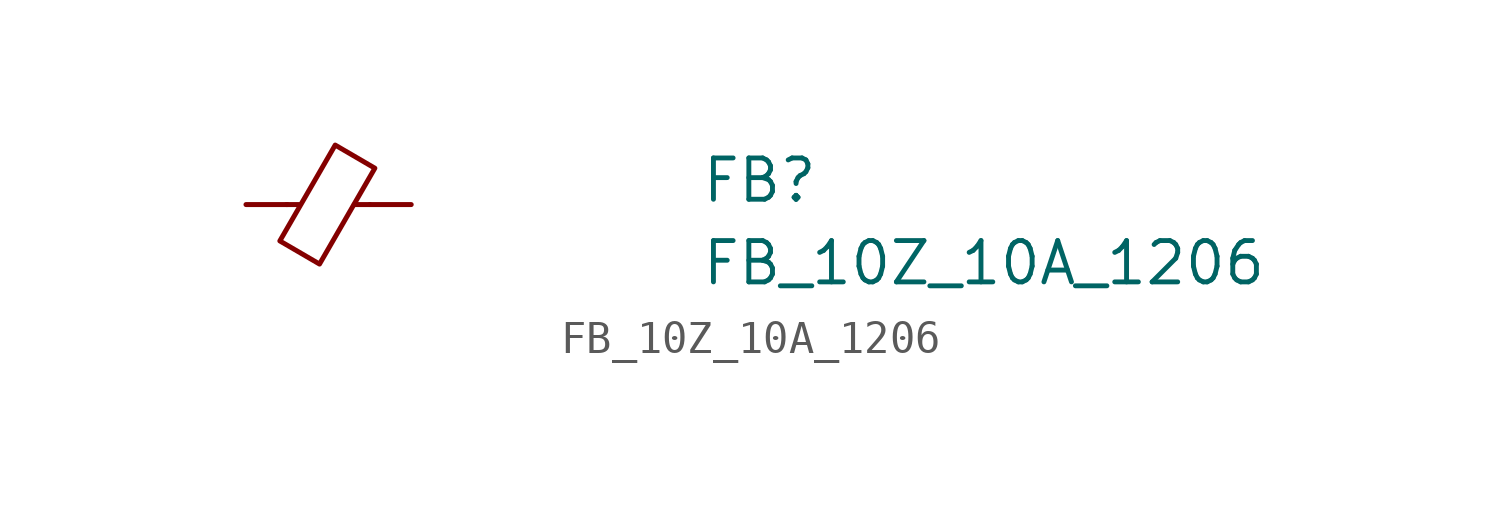
<source format=kicad_sym>
(kicad_symbol_lib
  (version 20211014)
  (generator kicad_symbol_editor)
  (symbol "FB_10Z_10A_1206"
    (pin_numbers hide)
    (pin_names hide)
    (property "Reference" "FB"
      (at 13.97 0 0)
      (effects (font (size 1.27 1.27) (thickness 0.15)) (justify left bottom)))
    (property "Value" "FB_10Z_10A_1206"
      (at 13.97 -2.54 0)
      (effects (font (size 1.27 1.27) (thickness 0.15)) (justify left bottom)))
    (symbol "FB_10Z_10A_1206_0_1"
      (polyline (pts (xy 1.651 0) (xy 1.245 0)) (stroke (width 0) (type default) (color 0 0 0 0)) (fill (type none)))
      (polyline (pts (xy 3.81 0) (xy 3.327 0)) (stroke (width 0) (type default) (color 0 0 0 0)) (fill (type none)))
      (polyline (pts (xy 2.261 -1.829) (xy 1.041 -1.118) (xy 2.743 1.829) (xy 3.962 1.118) (xy 2.261 -1.829)) (stroke (width 0) (type default) (color 0 0 0 0)) (fill (type none))))
    (symbol "FB_10Z_10A_1206_1_1"
      (pin passive line (at 0 0 0) (length 1.27) (name "~" (effects (font (size 1.27 1.27)))) (number "1" (effects (font (size 1.27 1.27)))))
      (pin passive line (at 5.08 0 180) (length 1.27) (name "~" (effects (font (size 1.27 1.27)))) (number "2" (effects (font (size 1.27 1.27))))))))
</source>
